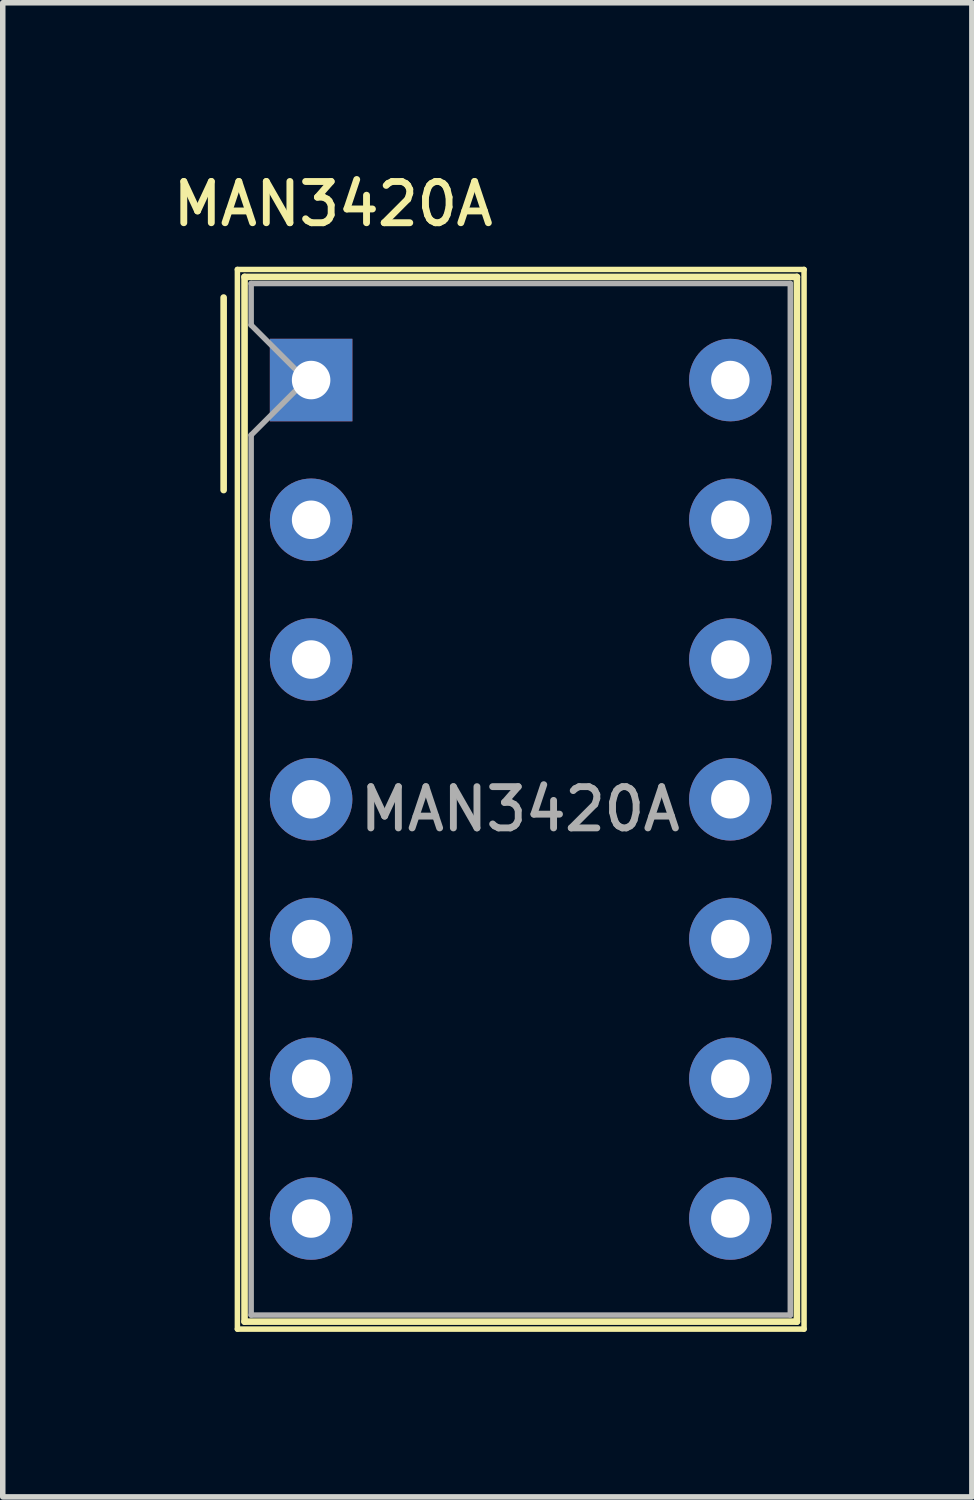
<source format=kicad_pcb>
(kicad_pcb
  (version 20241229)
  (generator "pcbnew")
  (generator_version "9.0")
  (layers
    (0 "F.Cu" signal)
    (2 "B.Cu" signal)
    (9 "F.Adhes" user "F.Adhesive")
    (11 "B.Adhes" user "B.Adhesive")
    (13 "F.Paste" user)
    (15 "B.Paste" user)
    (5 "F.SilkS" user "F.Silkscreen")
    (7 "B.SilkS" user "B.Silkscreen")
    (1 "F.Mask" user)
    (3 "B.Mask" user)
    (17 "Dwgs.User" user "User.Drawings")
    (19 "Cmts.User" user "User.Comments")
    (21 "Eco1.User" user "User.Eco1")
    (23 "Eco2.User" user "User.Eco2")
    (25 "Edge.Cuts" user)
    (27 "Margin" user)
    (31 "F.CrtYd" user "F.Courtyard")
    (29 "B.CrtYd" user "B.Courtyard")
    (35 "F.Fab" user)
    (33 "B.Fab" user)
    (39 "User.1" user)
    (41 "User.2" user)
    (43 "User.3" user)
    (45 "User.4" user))
  (footprint "MAN3420A"
    (layer "F.Cu")
    (at 2.605 3.858)
    (property "Reference" "MAN3420A" (at 0.4 -3.2 0) (layer "F.SilkS") (effects (font (size 0.75 0.75) (thickness 0.125))))
    (attr through_hole)
    (fp_line (start -1.59 -1.5) (end -1.59 2) (stroke (width 0.12) (type solid)) (layer "F.SilkS"))
    (fp_line (start -1.34 -2.01) (end 8.96 -2.01) (stroke (width 0.1) (type solid)) (layer "F.SilkS"))
    (fp_line (start -1.34 17.25) (end -1.34 -2.01) (stroke (width 0.1) (type solid)) (layer "F.SilkS"))
    (fp_line (start -1.21 -1.875) (end 8.83 -1.875) (stroke (width 0.12) (type solid)) (layer "F.SilkS"))
    (fp_line (start -1.21 17.115) (end -1.21 -1.875) (stroke (width 0.12) (type solid)) (layer "F.SilkS"))
    (fp_line (start 8.83 -1.875) (end 8.83 17.115) (stroke (width 0.12) (type solid)) (layer "F.SilkS"))
    (fp_line (start 8.83 17.115) (end -1.21 17.115) (stroke (width 0.12) (type solid)) (layer "F.SilkS"))
    (fp_line (start 8.96 -2.01) (end 8.96 17.25) (stroke (width 0.1) (type solid)) (layer "F.SilkS"))
    (fp_line (start 8.96 17.25) (end -1.34 17.25) (stroke (width 0.1) (type solid)) (layer "F.SilkS"))
    (fp_line (start -1.09 -1.755) (end 8.71 -1.755) (stroke (width 0.1) (type solid)) (layer "F.Fab"))
    (fp_line (start -1.09 -1) (end -1.09 -1.755) (stroke (width 0.1) (type solid)) (layer "F.Fab"))
    (fp_line (start -1.09 1) (end -0.09 0) (stroke (width 0.1) (type solid)) (layer "F.Fab"))
    (fp_line (start -1.09 16.995) (end -1.09 1) (stroke (width 0.1) (type solid)) (layer "F.Fab"))
    (fp_line (start -0.09 0) (end -1.09 -1) (stroke (width 0.1) (type solid)) (layer "F.Fab"))
    (fp_line (start 8.71 -1.755) (end 8.71 16.995) (stroke (width 0.1) (type solid)) (layer "F.Fab"))
    (fp_line (start 8.71 16.995) (end -1.09 16.995) (stroke (width 0.1) (type solid)) (layer "F.Fab"))
    (fp_text user "${REFERENCE}" (at 3.8 7.8 0) (layer "F.Fab") (effects (font (size 0.75 0.75) (thickness 0.125))))
    (pad "1" thru_hole rect (at 0 0) (size 1.5 1.5) (drill 0.7) (layers "*.Cu" "*.Mask"))
    (pad "2" thru_hole circle (at 0 2.54) (size 1.5 1.5) (drill 0.7) (layers "*.Cu" "*.Mask"))
    (pad "3" thru_hole circle (at 0 5.08) (size 1.5 1.5) (drill 0.7) (layers "*.Cu" "*.Mask"))
    (pad "4" thru_hole circle (at 0 7.62) (size 1.5 1.5) (drill 0.7) (layers "*.Cu" "*.Mask"))
    (pad "5" thru_hole circle (at 0 10.16) (size 1.5 1.5) (drill 0.7) (layers "*.Cu" "*.Mask"))
    (pad "6" thru_hole circle (at 0 12.7) (size 1.5 1.5) (drill 0.7) (layers "*.Cu" "*.Mask"))
    (pad "7" thru_hole circle (at 0 15.24) (size 1.5 1.5) (drill 0.7) (layers "*.Cu" "*.Mask"))
    (pad "8" thru_hole circle (at 7.62 15.24) (size 1.5 1.5) (drill 0.7) (layers "*.Cu" "*.Mask"))
    (pad "9" thru_hole circle (at 7.62 12.7) (size 1.5 1.5) (drill 0.7) (layers "*.Cu" "*.Mask"))
    (pad "10" thru_hole circle (at 7.62 10.16) (size 1.5 1.5) (drill 0.7) (layers "*.Cu" "*.Mask"))
    (pad "11" thru_hole circle (at 7.62 7.62) (size 1.5 1.5) (drill 0.7) (layers "*.Cu" "*.Mask"))
    (pad "12" thru_hole circle (at 7.62 5.08) (size 1.5 1.5) (drill 0.7) (layers "*.Cu" "*.Mask"))
    (pad "13" thru_hole circle (at 7.62 2.54) (size 1.5 1.5) (drill 0.7) (layers "*.Cu" "*.Mask"))
    (pad "14" thru_hole circle (at 7.62 0) (size 1.5 1.5) (drill 0.7) (layers "*.Cu" "*.Mask")))
  (gr_rect
    (start -3 -3)
    (end 14.615 24.158)
    (stroke (width 0.1) (type default))
    (fill no)
    (layer "Edge.Cuts")))
</source>
